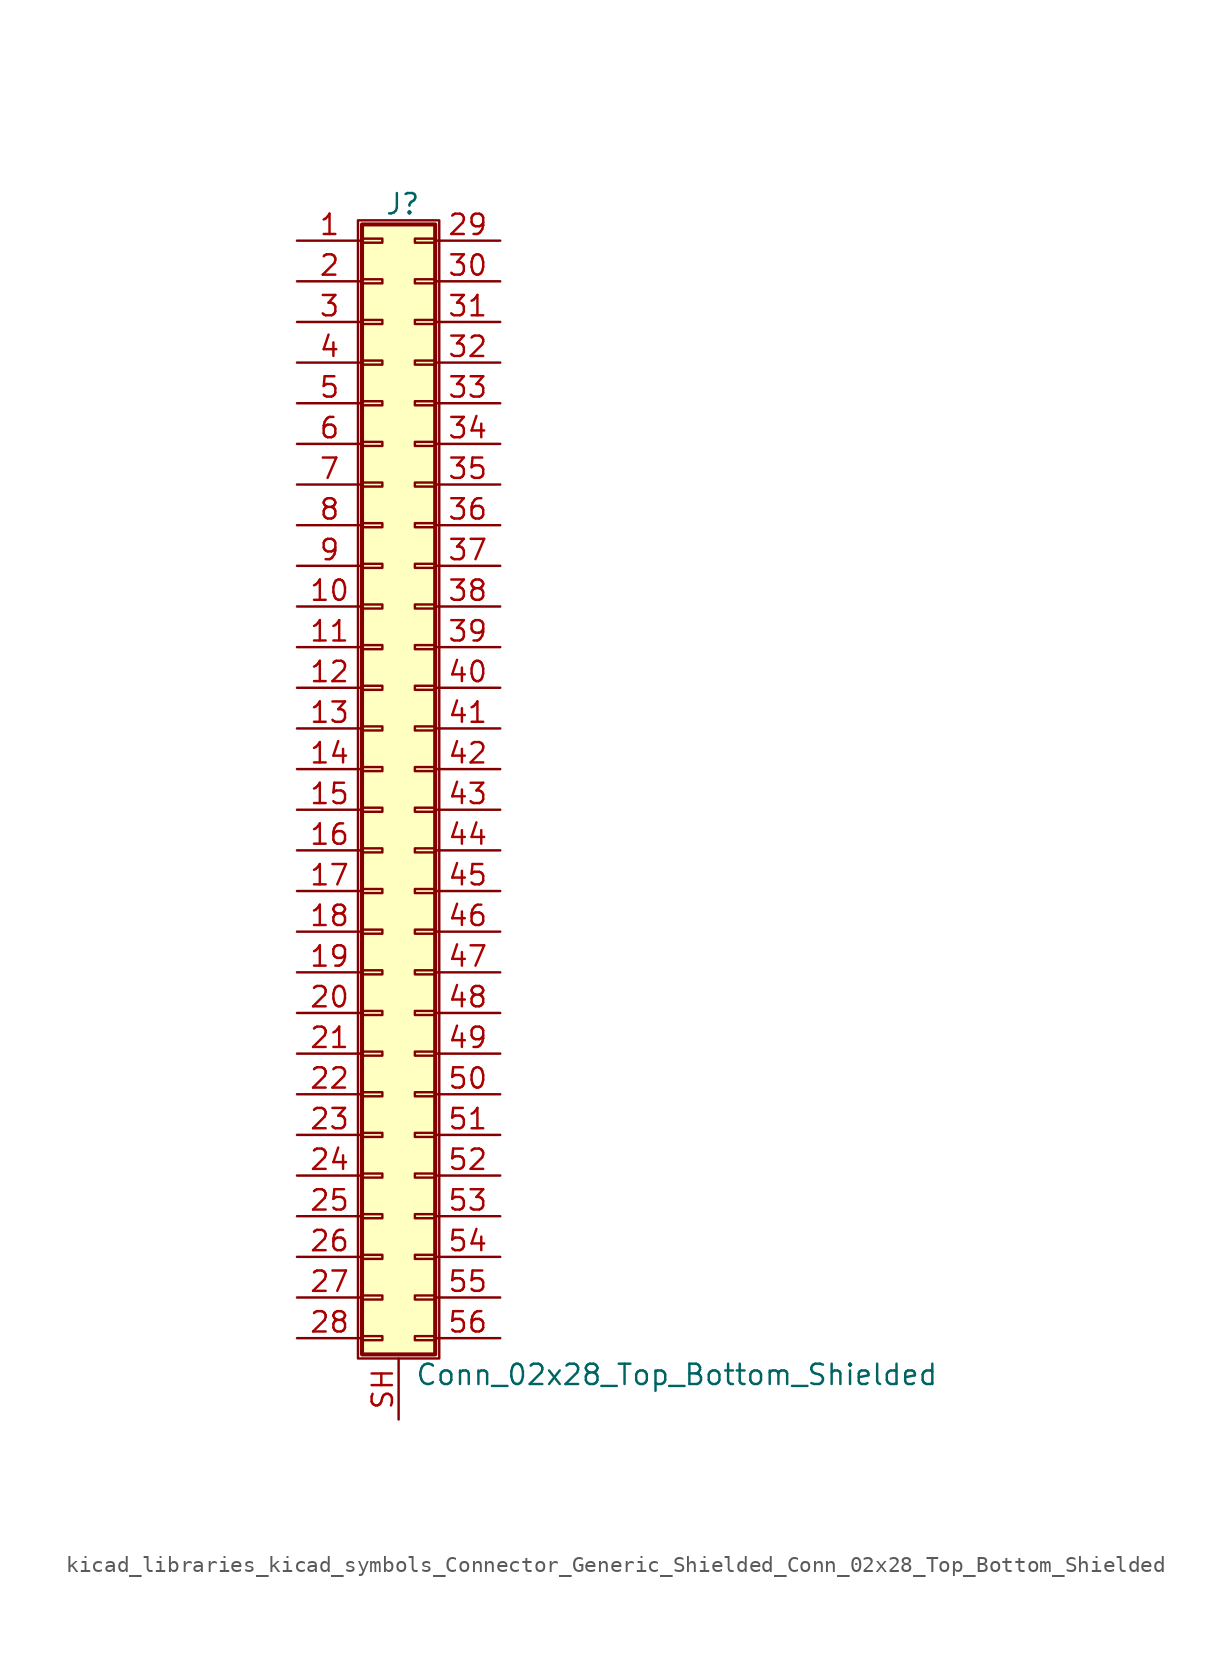
<source format=kicad_sym>
(kicad_symbol_lib
  (version 20220914)
  (generator kicad_symbol_editor)
  (symbol "kicad_libraries_kicad_symbols_Connector_Generic_Shielded_Conn_02x28_Top_Bottom_Shielded"
    (pin_names
      (offset 1.016) hide)
    (property "Reference" "J"
      (at 1.524 35.306 0)
      (effects (font (size 1.27 1.27))))
    (property "Value" "Conn_02x28_Top_Bottom_Shielded"
      (at 2.286 -37.846 0)
      (effects (font (size 1.27 1.27)) (justify left)))
    (symbol "kicad_libraries_kicad_symbols_Connector_Generic_Shielded_Conn_02x28_Top_Bottom_Shielded_1_1"
      (rectangle (start -1.27 34.29) (end 3.81 -36.83) (stroke (width 0.152) (type default)) (fill (type none)))
      (rectangle (start -1.016 -35.433) (end 0.254 -35.687) (stroke (width 0.152) (type default)) (fill (type none)))
      (rectangle (start -1.016 -32.893) (end 0.254 -33.147) (stroke (width 0.152) (type default)) (fill (type none)))
      (rectangle (start -1.016 -30.353) (end 0.254 -30.607) (stroke (width 0.152) (type default)) (fill (type none)))
      (rectangle (start -1.016 -27.813) (end 0.254 -28.067) (stroke (width 0.152) (type default)) (fill (type none)))
      (rectangle (start -1.016 -25.273) (end 0.254 -25.527) (stroke (width 0.152) (type default)) (fill (type none)))
      (rectangle (start -1.016 -22.733) (end 0.254 -22.987) (stroke (width 0.152) (type default)) (fill (type none)))
      (rectangle (start -1.016 -20.193) (end 0.254 -20.447) (stroke (width 0.152) (type default)) (fill (type none)))
      (rectangle (start -1.016 -17.653) (end 0.254 -17.907) (stroke (width 0.152) (type default)) (fill (type none)))
      (rectangle (start -1.016 -15.113) (end 0.254 -15.367) (stroke (width 0.152) (type default)) (fill (type none)))
      (rectangle (start -1.016 -12.573) (end 0.254 -12.827) (stroke (width 0.152) (type default)) (fill (type none)))
      (rectangle (start -1.016 -10.033) (end 0.254 -10.287) (stroke (width 0.152) (type default)) (fill (type none)))
      (rectangle (start -1.016 -7.493) (end 0.254 -7.747) (stroke (width 0.152) (type default)) (fill (type none)))
      (rectangle (start -1.016 -4.953) (end 0.254 -5.207) (stroke (width 0.152) (type default)) (fill (type none)))
      (rectangle (start -1.016 -2.413) (end 0.254 -2.667) (stroke (width 0.152) (type default)) (fill (type none)))
      (rectangle (start -1.016 0.127) (end 0.254 -0.127) (stroke (width 0.152) (type default)) (fill (type none)))
      (rectangle (start -1.016 2.667) (end 0.254 2.413) (stroke (width 0.152) (type default)) (fill (type none)))
      (rectangle (start -1.016 5.207) (end 0.254 4.953) (stroke (width 0.152) (type default)) (fill (type none)))
      (rectangle (start -1.016 7.747) (end 0.254 7.493) (stroke (width 0.152) (type default)) (fill (type none)))
      (rectangle (start -1.016 10.287) (end 0.254 10.033) (stroke (width 0.152) (type default)) (fill (type none)))
      (rectangle (start -1.016 12.827) (end 0.254 12.573) (stroke (width 0.152) (type default)) (fill (type none)))
      (rectangle (start -1.016 15.367) (end 0.254 15.113) (stroke (width 0.152) (type default)) (fill (type none)))
      (rectangle (start -1.016 17.907) (end 0.254 17.653) (stroke (width 0.152) (type default)) (fill (type none)))
      (rectangle (start -1.016 20.447) (end 0.254 20.193) (stroke (width 0.152) (type default)) (fill (type none)))
      (rectangle (start -1.016 22.987) (end 0.254 22.733) (stroke (width 0.152) (type default)) (fill (type none)))
      (rectangle (start -1.016 25.527) (end 0.254 25.273) (stroke (width 0.152) (type default)) (fill (type none)))
      (rectangle (start -1.016 28.067) (end 0.254 27.813) (stroke (width 0.152) (type default)) (fill (type none)))
      (rectangle (start -1.016 30.607) (end 0.254 30.353) (stroke (width 0.152) (type default)) (fill (type none)))
      (rectangle (start -1.016 33.147) (end 0.254 32.893) (stroke (width 0.152) (type default)) (fill (type none)))
      (rectangle (start -1.016 34.036) (end 3.556 -36.576) (stroke (width 0.254) (type default)) (fill (type background)))
      (rectangle (start 3.556 -35.433) (end 2.286 -35.687) (stroke (width 0.152) (type default)) (fill (type none)))
      (rectangle (start 3.556 -32.893) (end 2.286 -33.147) (stroke (width 0.152) (type default)) (fill (type none)))
      (rectangle (start 3.556 -30.353) (end 2.286 -30.607) (stroke (width 0.152) (type default)) (fill (type none)))
      (rectangle (start 3.556 -27.813) (end 2.286 -28.067) (stroke (width 0.152) (type default)) (fill (type none)))
      (rectangle (start 3.556 -25.273) (end 2.286 -25.527) (stroke (width 0.152) (type default)) (fill (type none)))
      (rectangle (start 3.556 -22.733) (end 2.286 -22.987) (stroke (width 0.152) (type default)) (fill (type none)))
      (rectangle (start 3.556 -20.193) (end 2.286 -20.447) (stroke (width 0.152) (type default)) (fill (type none)))
      (rectangle (start 3.556 -17.653) (end 2.286 -17.907) (stroke (width 0.152) (type default)) (fill (type none)))
      (rectangle (start 3.556 -15.113) (end 2.286 -15.367) (stroke (width 0.152) (type default)) (fill (type none)))
      (rectangle (start 3.556 -12.573) (end 2.286 -12.827) (stroke (width 0.152) (type default)) (fill (type none)))
      (rectangle (start 3.556 -10.033) (end 2.286 -10.287) (stroke (width 0.152) (type default)) (fill (type none)))
      (rectangle (start 3.556 -7.493) (end 2.286 -7.747) (stroke (width 0.152) (type default)) (fill (type none)))
      (rectangle (start 3.556 -4.953) (end 2.286 -5.207) (stroke (width 0.152) (type default)) (fill (type none)))
      (rectangle (start 3.556 -2.413) (end 2.286 -2.667) (stroke (width 0.152) (type default)) (fill (type none)))
      (rectangle (start 3.556 0.127) (end 2.286 -0.127) (stroke (width 0.152) (type default)) (fill (type none)))
      (rectangle (start 3.556 2.667) (end 2.286 2.413) (stroke (width 0.152) (type default)) (fill (type none)))
      (rectangle (start 3.556 5.207) (end 2.286 4.953) (stroke (width 0.152) (type default)) (fill (type none)))
      (rectangle (start 3.556 7.747) (end 2.286 7.493) (stroke (width 0.152) (type default)) (fill (type none)))
      (rectangle (start 3.556 10.287) (end 2.286 10.033) (stroke (width 0.152) (type default)) (fill (type none)))
      (rectangle (start 3.556 12.827) (end 2.286 12.573) (stroke (width 0.152) (type default)) (fill (type none)))
      (rectangle (start 3.556 15.367) (end 2.286 15.113) (stroke (width 0.152) (type default)) (fill (type none)))
      (rectangle (start 3.556 17.907) (end 2.286 17.653) (stroke (width 0.152) (type default)) (fill (type none)))
      (rectangle (start 3.556 20.447) (end 2.286 20.193) (stroke (width 0.152) (type default)) (fill (type none)))
      (rectangle (start 3.556 22.987) (end 2.286 22.733) (stroke (width 0.152) (type default)) (fill (type none)))
      (rectangle (start 3.556 25.527) (end 2.286 25.273) (stroke (width 0.152) (type default)) (fill (type none)))
      (rectangle (start 3.556 28.067) (end 2.286 27.813) (stroke (width 0.152) (type default)) (fill (type none)))
      (rectangle (start 3.556 30.607) (end 2.286 30.353) (stroke (width 0.152) (type default)) (fill (type none)))
      (rectangle (start 3.556 33.147) (end 2.286 32.893) (stroke (width 0.152) (type default)) (fill (type none)))
      (pin passive line (at -5.08 33.02 0) (length 4.064) (name "Pin_1" (effects (font (size 1.27 1.27)))) (number "1" (effects (font (size 1.27 1.27)))))
      (pin passive line (at -5.08 10.16 0) (length 4.064) (name "Pin_10" (effects (font (size 1.27 1.27)))) (number "10" (effects (font (size 1.27 1.27)))))
      (pin passive line (at -5.08 7.62 0) (length 4.064) (name "Pin_11" (effects (font (size 1.27 1.27)))) (number "11" (effects (font (size 1.27 1.27)))))
      (pin passive line (at -5.08 5.08 0) (length 4.064) (name "Pin_12" (effects (font (size 1.27 1.27)))) (number "12" (effects (font (size 1.27 1.27)))))
      (pin passive line (at -5.08 2.54 0) (length 4.064) (name "Pin_13" (effects (font (size 1.27 1.27)))) (number "13" (effects (font (size 1.27 1.27)))))
      (pin passive line (at -5.08 0 0) (length 4.064) (name "Pin_14" (effects (font (size 1.27 1.27)))) (number "14" (effects (font (size 1.27 1.27)))))
      (pin passive line (at -5.08 -2.54 0) (length 4.064) (name "Pin_15" (effects (font (size 1.27 1.27)))) (number "15" (effects (font (size 1.27 1.27)))))
      (pin passive line (at -5.08 -5.08 0) (length 4.064) (name "Pin_16" (effects (font (size 1.27 1.27)))) (number "16" (effects (font (size 1.27 1.27)))))
      (pin passive line (at -5.08 -7.62 0) (length 4.064) (name "Pin_17" (effects (font (size 1.27 1.27)))) (number "17" (effects (font (size 1.27 1.27)))))
      (pin passive line (at -5.08 -10.16 0) (length 4.064) (name "Pin_18" (effects (font (size 1.27 1.27)))) (number "18" (effects (font (size 1.27 1.27)))))
      (pin passive line (at -5.08 -12.7 0) (length 4.064) (name "Pin_19" (effects (font (size 1.27 1.27)))) (number "19" (effects (font (size 1.27 1.27)))))
      (pin passive line (at -5.08 30.48 0) (length 4.064) (name "Pin_2" (effects (font (size 1.27 1.27)))) (number "2" (effects (font (size 1.27 1.27)))))
      (pin passive line (at -5.08 -15.24 0) (length 4.064) (name "Pin_20" (effects (font (size 1.27 1.27)))) (number "20" (effects (font (size 1.27 1.27)))))
      (pin passive line (at -5.08 -17.78 0) (length 4.064) (name "Pin_21" (effects (font (size 1.27 1.27)))) (number "21" (effects (font (size 1.27 1.27)))))
      (pin passive line (at -5.08 -20.32 0) (length 4.064) (name "Pin_22" (effects (font (size 1.27 1.27)))) (number "22" (effects (font (size 1.27 1.27)))))
      (pin passive line (at -5.08 -22.86 0) (length 4.064) (name "Pin_23" (effects (font (size 1.27 1.27)))) (number "23" (effects (font (size 1.27 1.27)))))
      (pin passive line (at -5.08 -25.4 0) (length 4.064) (name "Pin_24" (effects (font (size 1.27 1.27)))) (number "24" (effects (font (size 1.27 1.27)))))
      (pin passive line (at -5.08 -27.94 0) (length 4.064) (name "Pin_25" (effects (font (size 1.27 1.27)))) (number "25" (effects (font (size 1.27 1.27)))))
      (pin passive line (at -5.08 -30.48 0) (length 4.064) (name "Pin_26" (effects (font (size 1.27 1.27)))) (number "26" (effects (font (size 1.27 1.27)))))
      (pin passive line (at -5.08 -33.02 0) (length 4.064) (name "Pin_27" (effects (font (size 1.27 1.27)))) (number "27" (effects (font (size 1.27 1.27)))))
      (pin passive line (at -5.08 -35.56 0) (length 4.064) (name "Pin_28" (effects (font (size 1.27 1.27)))) (number "28" (effects (font (size 1.27 1.27)))))
      (pin passive line (at 7.62 33.02 180) (length 4.064) (name "Pin_29" (effects (font (size 1.27 1.27)))) (number "29" (effects (font (size 1.27 1.27)))))
      (pin passive line (at -5.08 27.94 0) (length 4.064) (name "Pin_3" (effects (font (size 1.27 1.27)))) (number "3" (effects (font (size 1.27 1.27)))))
      (pin passive line (at 7.62 30.48 180) (length 4.064) (name "Pin_30" (effects (font (size 1.27 1.27)))) (number "30" (effects (font (size 1.27 1.27)))))
      (pin passive line (at 7.62 27.94 180) (length 4.064) (name "Pin_31" (effects (font (size 1.27 1.27)))) (number "31" (effects (font (size 1.27 1.27)))))
      (pin passive line (at 7.62 25.4 180) (length 4.064) (name "Pin_32" (effects (font (size 1.27 1.27)))) (number "32" (effects (font (size 1.27 1.27)))))
      (pin passive line (at 7.62 22.86 180) (length 4.064) (name "Pin_33" (effects (font (size 1.27 1.27)))) (number "33" (effects (font (size 1.27 1.27)))))
      (pin passive line (at 7.62 20.32 180) (length 4.064) (name "Pin_34" (effects (font (size 1.27 1.27)))) (number "34" (effects (font (size 1.27 1.27)))))
      (pin passive line (at 7.62 17.78 180) (length 4.064) (name "Pin_35" (effects (font (size 1.27 1.27)))) (number "35" (effects (font (size 1.27 1.27)))))
      (pin passive line (at 7.62 15.24 180) (length 4.064) (name "Pin_36" (effects (font (size 1.27 1.27)))) (number "36" (effects (font (size 1.27 1.27)))))
      (pin passive line (at 7.62 12.7 180) (length 4.064) (name "Pin_37" (effects (font (size 1.27 1.27)))) (number "37" (effects (font (size 1.27 1.27)))))
      (pin passive line (at 7.62 10.16 180) (length 4.064) (name "Pin_38" (effects (font (size 1.27 1.27)))) (number "38" (effects (font (size 1.27 1.27)))))
      (pin passive line (at 7.62 7.62 180) (length 4.064) (name "Pin_39" (effects (font (size 1.27 1.27)))) (number "39" (effects (font (size 1.27 1.27)))))
      (pin passive line (at -5.08 25.4 0) (length 4.064) (name "Pin_4" (effects (font (size 1.27 1.27)))) (number "4" (effects (font (size 1.27 1.27)))))
      (pin passive line (at 7.62 5.08 180) (length 4.064) (name "Pin_40" (effects (font (size 1.27 1.27)))) (number "40" (effects (font (size 1.27 1.27)))))
      (pin passive line (at 7.62 2.54 180) (length 4.064) (name "Pin_41" (effects (font (size 1.27 1.27)))) (number "41" (effects (font (size 1.27 1.27)))))
      (pin passive line (at 7.62 0 180) (length 4.064) (name "Pin_42" (effects (font (size 1.27 1.27)))) (number "42" (effects (font (size 1.27 1.27)))))
      (pin passive line (at 7.62 -2.54 180) (length 4.064) (name "Pin_43" (effects (font (size 1.27 1.27)))) (number "43" (effects (font (size 1.27 1.27)))))
      (pin passive line (at 7.62 -5.08 180) (length 4.064) (name "Pin_44" (effects (font (size 1.27 1.27)))) (number "44" (effects (font (size 1.27 1.27)))))
      (pin passive line (at 7.62 -7.62 180) (length 4.064) (name "Pin_45" (effects (font (size 1.27 1.27)))) (number "45" (effects (font (size 1.27 1.27)))))
      (pin passive line (at 7.62 -10.16 180) (length 4.064) (name "Pin_46" (effects (font (size 1.27 1.27)))) (number "46" (effects (font (size 1.27 1.27)))))
      (pin passive line (at 7.62 -12.7 180) (length 4.064) (name "Pin_47" (effects (font (size 1.27 1.27)))) (number "47" (effects (font (size 1.27 1.27)))))
      (pin passive line (at 7.62 -15.24 180) (length 4.064) (name "Pin_48" (effects (font (size 1.27 1.27)))) (number "48" (effects (font (size 1.27 1.27)))))
      (pin passive line (at 7.62 -17.78 180) (length 4.064) (name "Pin_49" (effects (font (size 1.27 1.27)))) (number "49" (effects (font (size 1.27 1.27)))))
      (pin passive line (at -5.08 22.86 0) (length 4.064) (name "Pin_5" (effects (font (size 1.27 1.27)))) (number "5" (effects (font (size 1.27 1.27)))))
      (pin passive line (at 7.62 -20.32 180) (length 4.064) (name "Pin_50" (effects (font (size 1.27 1.27)))) (number "50" (effects (font (size 1.27 1.27)))))
      (pin passive line (at 7.62 -22.86 180) (length 4.064) (name "Pin_51" (effects (font (size 1.27 1.27)))) (number "51" (effects (font (size 1.27 1.27)))))
      (pin passive line (at 7.62 -25.4 180) (length 4.064) (name "Pin_52" (effects (font (size 1.27 1.27)))) (number "52" (effects (font (size 1.27 1.27)))))
      (pin passive line (at 7.62 -27.94 180) (length 4.064) (name "Pin_53" (effects (font (size 1.27 1.27)))) (number "53" (effects (font (size 1.27 1.27)))))
      (pin passive line (at 7.62 -30.48 180) (length 4.064) (name "Pin_54" (effects (font (size 1.27 1.27)))) (number "54" (effects (font (size 1.27 1.27)))))
      (pin passive line (at 7.62 -33.02 180) (length 4.064) (name "Pin_55" (effects (font (size 1.27 1.27)))) (number "55" (effects (font (size 1.27 1.27)))))
      (pin passive line (at 7.62 -35.56 180) (length 4.064) (name "Pin_56" (effects (font (size 1.27 1.27)))) (number "56" (effects (font (size 1.27 1.27)))))
      (pin passive line (at -5.08 20.32 0) (length 4.064) (name "Pin_6" (effects (font (size 1.27 1.27)))) (number "6" (effects (font (size 1.27 1.27)))))
      (pin passive line (at -5.08 17.78 0) (length 4.064) (name "Pin_7" (effects (font (size 1.27 1.27)))) (number "7" (effects (font (size 1.27 1.27)))))
      (pin passive line (at -5.08 15.24 0) (length 4.064) (name "Pin_8" (effects (font (size 1.27 1.27)))) (number "8" (effects (font (size 1.27 1.27)))))
      (pin passive line (at -5.08 12.7 0) (length 4.064) (name "Pin_9" (effects (font (size 1.27 1.27)))) (number "9" (effects (font (size 1.27 1.27)))))
      (pin passive line (at 1.27 -40.64 90) (length 3.81) (name "Shield" (effects (font (size 1.27 1.27)))) (number "SH" (effects (font (size 1.27 1.27))))))))
</source>
